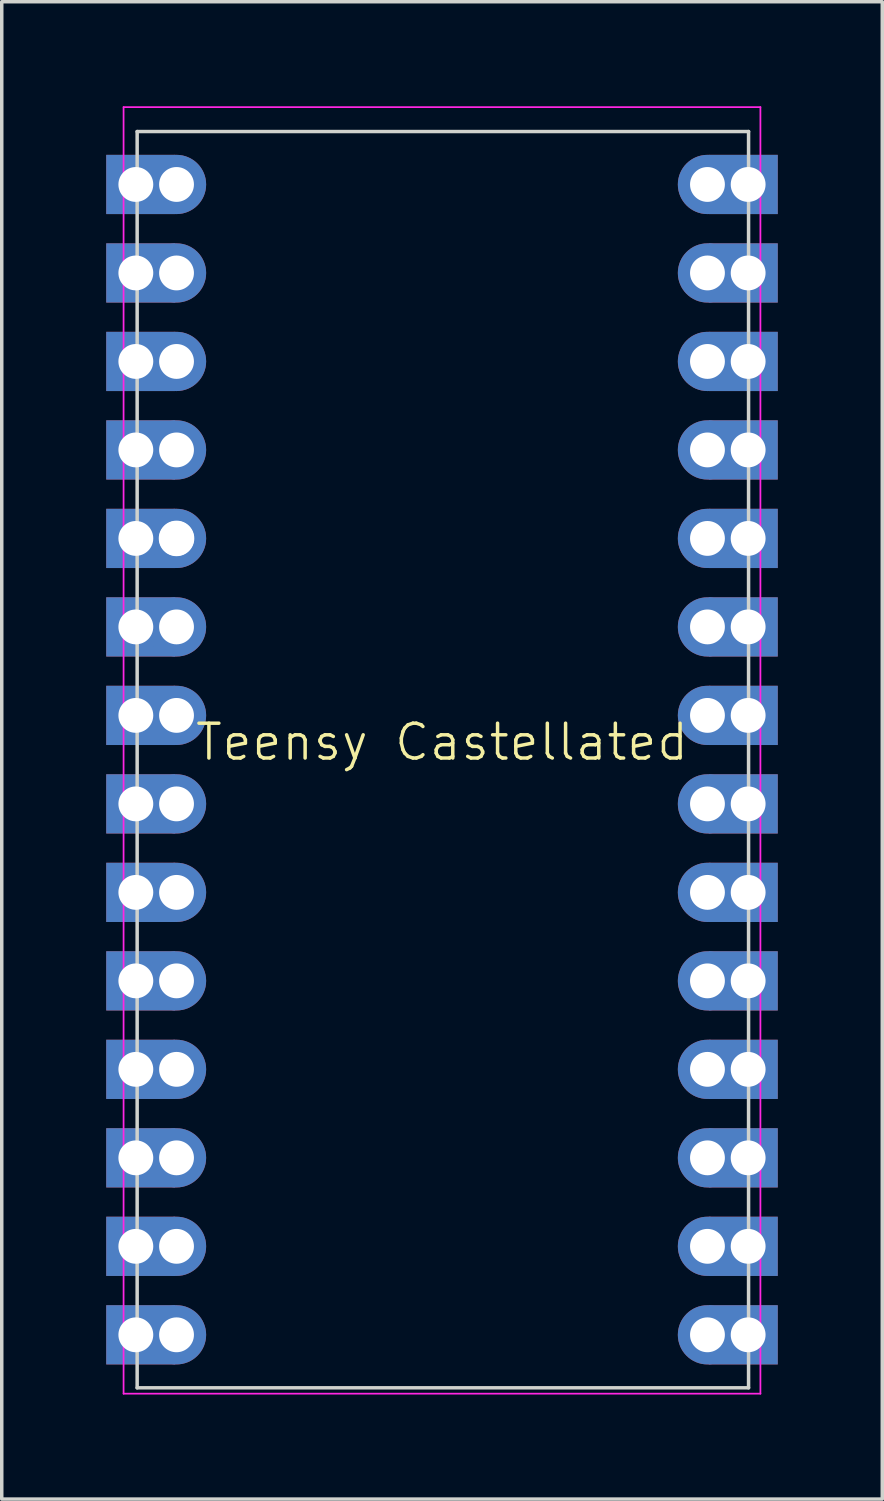
<source format=kicad_pcb>
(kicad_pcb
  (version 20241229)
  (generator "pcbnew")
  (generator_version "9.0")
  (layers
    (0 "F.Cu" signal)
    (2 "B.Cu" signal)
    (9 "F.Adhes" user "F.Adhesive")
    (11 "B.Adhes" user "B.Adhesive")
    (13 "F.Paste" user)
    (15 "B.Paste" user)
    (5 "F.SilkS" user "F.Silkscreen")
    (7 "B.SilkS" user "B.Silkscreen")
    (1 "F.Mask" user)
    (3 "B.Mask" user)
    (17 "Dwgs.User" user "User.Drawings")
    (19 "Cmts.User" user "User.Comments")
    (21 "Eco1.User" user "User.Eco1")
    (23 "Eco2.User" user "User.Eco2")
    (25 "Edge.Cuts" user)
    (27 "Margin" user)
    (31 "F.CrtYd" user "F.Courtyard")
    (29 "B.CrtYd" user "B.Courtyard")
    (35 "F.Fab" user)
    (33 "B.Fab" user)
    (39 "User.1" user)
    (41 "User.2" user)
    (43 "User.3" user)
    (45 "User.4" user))
  (footprint "Teensy Castellated"
    (layer "F.Cu")
    (at 9.637 18.751)
    (property "Reference" "Teensy Castellated" (at 0 -0.5 0) (unlocked yes) (layer "F.SilkS") (effects (font (size 1 1) (thickness 0.1))))
    (attr through_hole)
    (fp_line (start -8.75 -18.025) (end -8.75 18.035) (stroke (width 0.1) (type default)) (layer "Edge.Cuts"))
    (fp_line (start 8.8 -18.025) (end -8.75 -18.025) (stroke (width 0.1) (type default)) (layer "Edge.Cuts"))
    (fp_line (start 8.8 -18.025) (end 8.8 18.035) (stroke (width 0.1) (type default)) (layer "Edge.Cuts"))
    (fp_line (start 8.8 18.035) (end -8.75 18.035) (stroke (width 0.1) (type default)) (layer "Edge.Cuts"))
    (fp_line (start -9.14 -18.726) (end 9.14 -18.726) (stroke (width 0.05) (type solid)) (layer "F.CrtYd"))
    (fp_line (start -9.14 18.204) (end -9.14 -18.726) (stroke (width 0.05) (type solid)) (layer "F.CrtYd"))
    (fp_line (start 9.14 -18.726) (end 9.14 18.204) (stroke (width 0.05) (type solid)) (layer "F.CrtYd"))
    (fp_line (start 9.14 18.204) (end -9.14 18.204) (stroke (width 0.05) (type solid)) (layer "F.CrtYd"))
    (pad "0" thru_hole rect (at -8.788 -13.966) (size 1.982 1.7) (drill 1 (offset 0.141 0)) (property pad_prop_castellated) (layers "*.Cu" "*.Mask"))
    (pad "0" thru_hole circle (at -7.62 -13.966) (size 1.7 1.7) (drill 1) (layers "*.Cu" "*.Mask"))
    (pad "1" thru_hole rect (at -8.788 -11.426) (size 1.982 1.7) (drill 1 (offset 0.141 0)) (property pad_prop_castellated) (layers "*.Cu" "*.Mask"))
    (pad "1" thru_hole rect (at -8.788 -6.346) (size 1.982 1.7) (drill 1 (offset 0.141 0)) (property pad_prop_castellated) (layers "*.Cu" "*.Mask"))
    (pad "1" thru_hole circle (at -7.62 -11.426) (size 1.7 1.7) (drill 1) (layers "*.Cu" "*.Mask"))
    (pad "1" thru_hole circle (at -7.62 -6.346) (size 1.7 1.7) (drill 1) (layers "*.Cu" "*.Mask"))
    (pad "2" thru_hole rect (at -8.788 -8.886) (size 1.982 1.7) (drill 1 (offset 0.141 0)) (property pad_prop_castellated) (layers "*.Cu" "*.Mask"))
    (pad "2" thru_hole circle (at -7.62 -8.886) (size 1.7 1.7) (drill 1) (layers "*.Cu" "*.Mask"))
    (pad "3" thru_hole circle (at -7.62 -6.346) (size 1.53 1.53) (drill 1.02) (layers "*.Cu" "*.Mask"))
    (pad "3.3V_2" thru_hole circle (at 7.62 -11.426 180) (size 1.7 1.7) (drill 1) (layers "*.Cu" "*.Mask"))
    (pad "3.3V_2" thru_hole rect (at 8.788 -11.426 180) (size 1.982 1.7) (drill 1 (offset 0.141 0)) (property pad_prop_castellated) (layers "*.Cu" "*.Mask"))
    (pad "4" thru_hole rect (at -8.788 -3.806) (size 1.982 1.7) (drill 1 (offset 0.141 0)) (property pad_prop_castellated) (layers "*.Cu" "*.Mask"))
    (pad "4" thru_hole circle (at -7.62 -3.806) (size 1.7 1.7) (drill 1) (layers "*.Cu" "*.Mask"))
    (pad "5" thru_hole rect (at -8.788 -1.266) (size 1.982 1.7) (drill 1 (offset 0.141 0)) (property pad_prop_castellated) (layers "*.Cu" "*.Mask"))
    (pad "5" thru_hole circle (at -7.62 -1.266) (size 1.7 1.7) (drill 1) (layers "*.Cu" "*.Mask"))
    (pad "6" thru_hole rect (at -8.788 1.274) (size 1.982 1.7) (drill 1 (offset 0.141 0)) (property pad_prop_castellated) (layers "*.Cu" "*.Mask"))
    (pad "6" thru_hole circle (at -7.62 1.274) (size 1.7 1.7) (drill 1) (layers "*.Cu" "*.Mask"))
    (pad "7" thru_hole rect (at -8.788 3.814) (size 1.982 1.7) (drill 1 (offset 0.141 0)) (property pad_prop_castellated) (layers "*.Cu" "*.Mask"))
    (pad "7" thru_hole circle (at -7.62 3.814) (size 1.7 1.7) (drill 1) (layers "*.Cu" "*.Mask"))
    (pad "8" thru_hole rect (at -8.788 6.354) (size 1.982 1.7) (drill 1 (offset 0.141 0)) (property pad_prop_castellated) (layers "*.Cu" "*.Mask"))
    (pad "8" thru_hole circle (at -7.62 6.354) (size 1.7 1.7) (drill 1) (layers "*.Cu" "*.Mask"))
    (pad "9" thru_hole rect (at -8.788 8.894) (size 1.982 1.7) (drill 1 (offset 0.141 0)) (property pad_prop_castellated) (layers "*.Cu" "*.Mask"))
    (pad "9" thru_hole circle (at -7.62 8.894) (size 1.7 1.7) (drill 1) (layers "*.Cu" "*.Mask"))
    (pad "10" thru_hole rect (at -8.788 11.434) (size 1.982 1.7) (drill 1 (offset 0.141 0)) (property pad_prop_castellated) (layers "*.Cu" "*.Mask"))
    (pad "10" thru_hole circle (at -7.62 11.434) (size 1.7 1.7) (drill 1) (layers "*.Cu" "*.Mask"))
    (pad "11" thru_hole rect (at -8.788 13.974) (size 1.982 1.7) (drill 1 (offset 0.141 0)) (property pad_prop_castellated) (layers "*.Cu" "*.Mask"))
    (pad "11" thru_hole circle (at -7.62 13.974) (size 1.7 1.7) (drill 1) (layers "*.Cu" "*.Mask"))
    (pad "12" thru_hole rect (at -8.788 16.514) (size 1.982 1.7) (drill 1 (offset 0.141 0)) (property pad_prop_castellated) (layers "*.Cu" "*.Mask"))
    (pad "12" thru_hole circle (at -7.62 16.514) (size 1.7 1.7) (drill 1) (layers "*.Cu" "*.Mask"))
    (pad "13" thru_hole circle (at 7.62 16.514 180) (size 1.7 1.7) (drill 1) (layers "*.Cu" "*.Mask"))
    (pad "13" thru_hole rect (at 8.788 16.514 180) (size 1.982 1.7) (drill 1 (offset 0.141 0)) (property pad_prop_castellated) (layers "*.Cu" "*.Mask"))
    (pad "14" thru_hole circle (at 7.62 13.974 180) (size 1.7 1.7) (drill 1) (layers "*.Cu" "*.Mask"))
    (pad "14" thru_hole rect (at 8.788 13.974 180) (size 1.982 1.7) (drill 1 (offset 0.141 0)) (property pad_prop_castellated) (layers "*.Cu" "*.Mask"))
    (pad "15" thru_hole circle (at 7.62 11.434 180) (size 1.7 1.7) (drill 1) (layers "*.Cu" "*.Mask"))
    (pad "15" thru_hole rect (at 8.788 11.434 180) (size 1.982 1.7) (drill 1 (offset 0.141 0)) (property pad_prop_castellated) (layers "*.Cu" "*.Mask"))
    (pad "16" thru_hole circle (at 7.62 8.894 180) (size 1.7 1.7) (drill 1) (layers "*.Cu" "*.Mask"))
    (pad "16" thru_hole rect (at 8.788 8.894 180) (size 1.982 1.7) (drill 1 (offset 0.141 0)) (property pad_prop_castellated) (layers "*.Cu" "*.Mask"))
    (pad "17" thru_hole circle (at 7.62 6.354 180) (size 1.7 1.7) (drill 1) (layers "*.Cu" "*.Mask"))
    (pad "17" thru_hole rect (at 8.788 6.354 180) (size 1.982 1.7) (drill 1 (offset 0.141 0)) (property pad_prop_castellated) (layers "*.Cu" "*.Mask"))
    (pad "18" thru_hole circle (at 7.62 3.814 180) (size 1.7 1.7) (drill 1) (layers "*.Cu" "*.Mask"))
    (pad "18" thru_hole rect (at 8.788 3.814 180) (size 1.982 1.7) (drill 1 (offset 0.141 0)) (property pad_prop_castellated) (layers "*.Cu" "*.Mask"))
    (pad "19" thru_hole circle (at 7.62 1.274 180) (size 1.7 1.7) (drill 1) (layers "*.Cu" "*.Mask"))
    (pad "19" thru_hole rect (at 8.788 1.274 180) (size 1.982 1.7) (drill 1 (offset 0.141 0)) (property pad_prop_castellated) (layers "*.Cu" "*.Mask"))
    (pad "20" thru_hole circle (at 7.62 -1.266 180) (size 1.7 1.7) (drill 1) (layers "*.Cu" "*.Mask"))
    (pad "20" thru_hole rect (at 8.788 -1.266 180) (size 1.982 1.7) (drill 1 (offset 0.141 0)) (property pad_prop_castellated) (layers "*.Cu" "*.Mask"))
    (pad "21" thru_hole circle (at 7.62 -3.806 180) (size 1.7 1.7) (drill 1) (layers "*.Cu" "*.Mask"))
    (pad "21" thru_hole rect (at 8.788 -3.806 180) (size 1.982 1.7) (drill 1 (offset 0.141 0)) (property pad_prop_castellated) (layers "*.Cu" "*.Mask"))
    (pad "22" thru_hole circle (at 7.62 -6.346 180) (size 1.7 1.7) (drill 1) (layers "*.Cu" "*.Mask"))
    (pad "22" thru_hole rect (at 8.788 -6.346 180) (size 1.982 1.7) (drill 1 (offset 0.141 0)) (property pad_prop_castellated) (layers "*.Cu" "*.Mask"))
    (pad "23" thru_hole circle (at 7.62 -8.886 180) (size 1.7 1.7) (drill 1) (layers "*.Cu" "*.Mask"))
    (pad "23" thru_hole rect (at 8.788 -8.886 180) (size 1.982 1.7) (drill 1 (offset 0.141 0)) (property pad_prop_castellated) (layers "*.Cu" "*.Mask"))
    (pad "G1" thru_hole rect (at -8.788 -16.506) (size 1.982 1.7) (drill 1 (offset 0.141 0)) (property pad_prop_castellated) (layers "*.Cu" "*.Mask"))
    (pad "G1" thru_hole circle (at -7.62 -16.506) (size 1.7 1.7) (drill 1) (layers "*.Cu" "*.Mask"))
    (pad "G3" thru_hole circle (at 7.62 -13.966 180) (size 1.7 1.7) (drill 1) (layers "*.Cu" "*.Mask"))
    (pad "G3" thru_hole rect (at 8.788 -13.966 180) (size 1.982 1.7) (drill 1 (offset 0.141 0)) (property pad_prop_castellated) (layers "*.Cu" "*.Mask"))
    (pad "VIN" thru_hole circle (at 7.62 -16.506 180) (size 1.7 1.7) (drill 1) (layers "*.Cu" "*.Mask"))
    (pad "VIN" thru_hole rect (at 8.788 -16.506 180) (size 1.982 1.7) (drill 1 (offset 0.141 0)) (property pad_prop_castellated) (layers "*.Cu" "*.Mask")))
  (gr_rect
    (start -3 -3)
    (end 22.275 39.98)
    (stroke (width 0.1) (type default))
    (fill no)
    (layer "Edge.Cuts")))
</source>
